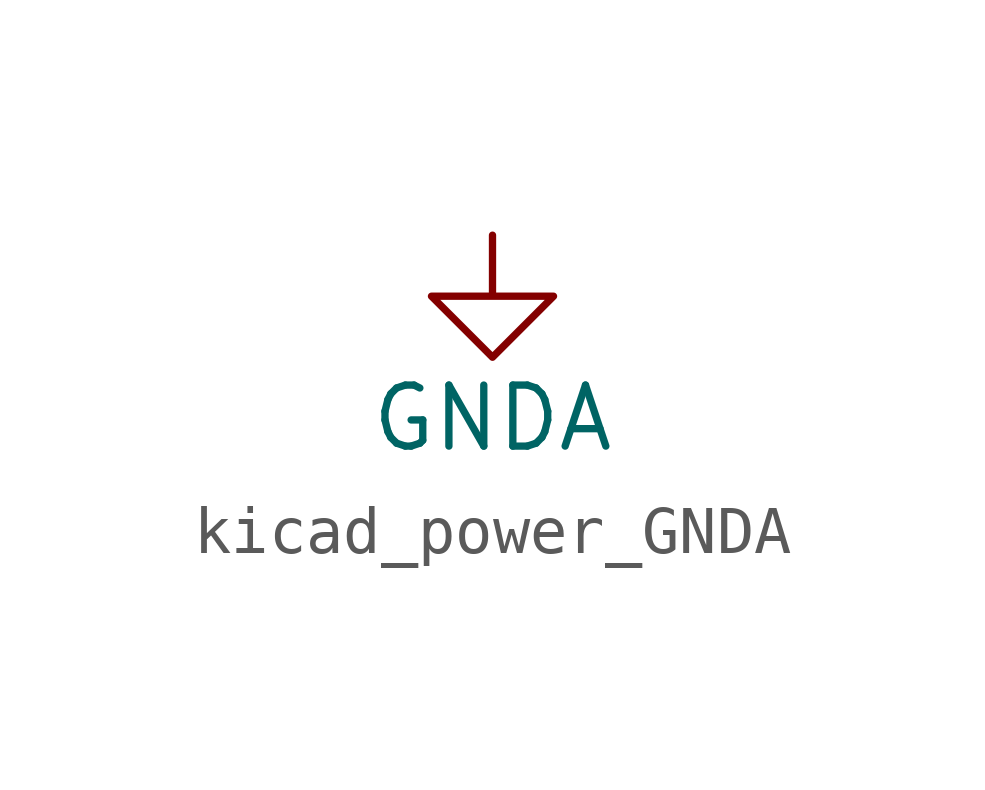
<source format=kicad_sym>
(kicad_symbol_lib
  (version 20220914)
  (generator kicad_symbol_editor)
  (symbol "kicad_power_GNDA"
    (power)
    (pin_names
      (offset 0))
    (property "Reference" "#PWR"
      (at 0 -6.35 0)
      (effects (font (size 1.27 1.27)) hide))
    (property "Value" "GNDA"
      (at 0 -3.81 0)
      (effects (font (size 1.27 1.27))))
    (symbol "kicad_power_GNDA_0_1"
      (polyline (pts (xy 0 0) (xy 0 -1.27) (xy 1.27 -1.27) (xy 0 -2.54) (xy -1.27 -1.27) (xy 0 -1.27)) (stroke (width 0) (type default)) (fill (type none))))
    (symbol "kicad_power_GNDA_1_1"
      (pin power_in line (at 0 0 270) (length 0) hide (name "GNDA" (effects (font (size 1.27 1.27)))) (number "1" (effects (font (size 1.27 1.27))))))))
</source>
